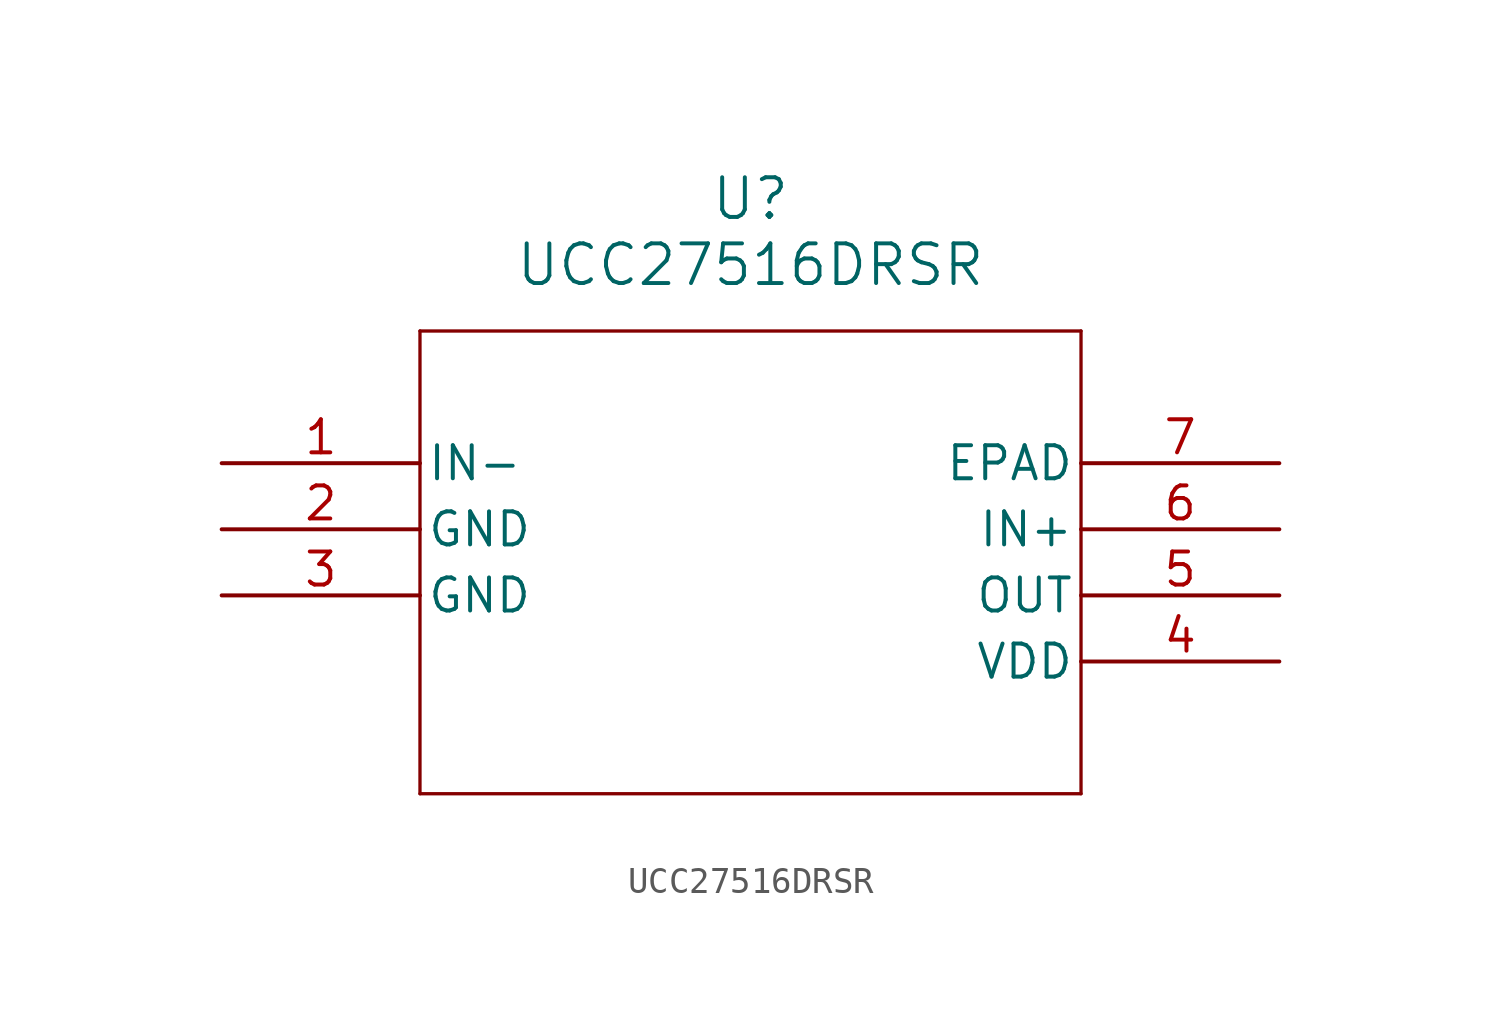
<source format=kicad_sym>
(kicad_symbol_lib
  (version 20231120)
  (generator "kicad_symbol_editor")
  (generator_version "8.0")
  (symbol "UCC27516DRSR"
    (pin_names
      (offset 0.254))
    (property "Reference" "U"
      (at 20.32 10.16 0)
      (effects (font (size 1.524 1.524))))
    (property "Value" "UCC27516DRSR"
      (at 20.32 7.62 0)
      (effects (font (size 1.524 1.524))))
    (symbol "UCC27516DRSR_0_1"
      (polyline (pts (xy 7.62 -12.7) (xy 33.02 -12.7)) (stroke (width 0.127) (type default)) (fill (type none)))
      (polyline (pts (xy 7.62 5.08) (xy 7.62 -12.7)) (stroke (width 0.127) (type default)) (fill (type none)))
      (polyline (pts (xy 33.02 -12.7) (xy 33.02 5.08)) (stroke (width 0.127) (type default)) (fill (type none)))
      (polyline (pts (xy 33.02 5.08) (xy 7.62 5.08)) (stroke (width 0.127) (type default)) (fill (type none)))
      (pin input line (at 0 0 0) (length 7.62) (name "IN-" (effects (font (size 1.27 1.27)))) (number "1" (effects (font (size 1.27 1.27)))))
      (pin power_out line (at 0 -2.54 0) (length 7.62) (name "GND" (effects (font (size 1.27 1.27)))) (number "2" (effects (font (size 1.27 1.27)))))
      (pin power_out line (at 0 -5.08 0) (length 7.62) (name "GND" (effects (font (size 1.27 1.27)))) (number "3" (effects (font (size 1.27 1.27)))))
      (pin power_in line (at 40.64 -7.62 180) (length 7.62) (name "VDD" (effects (font (size 1.27 1.27)))) (number "4" (effects (font (size 1.27 1.27)))))
      (pin output line (at 40.64 -5.08 180) (length 7.62) (name "OUT" (effects (font (size 1.27 1.27)))) (number "5" (effects (font (size 1.27 1.27)))))
      (pin input line (at 40.64 -2.54 180) (length 7.62) (name "IN+" (effects (font (size 1.27 1.27)))) (number "6" (effects (font (size 1.27 1.27)))))
      (pin power_out line (at 40.64 0 180) (length 7.62) (name "EPAD" (effects (font (size 1.27 1.27)))) (number "7" (effects (font (size 1.27 1.27))))))))
</source>
